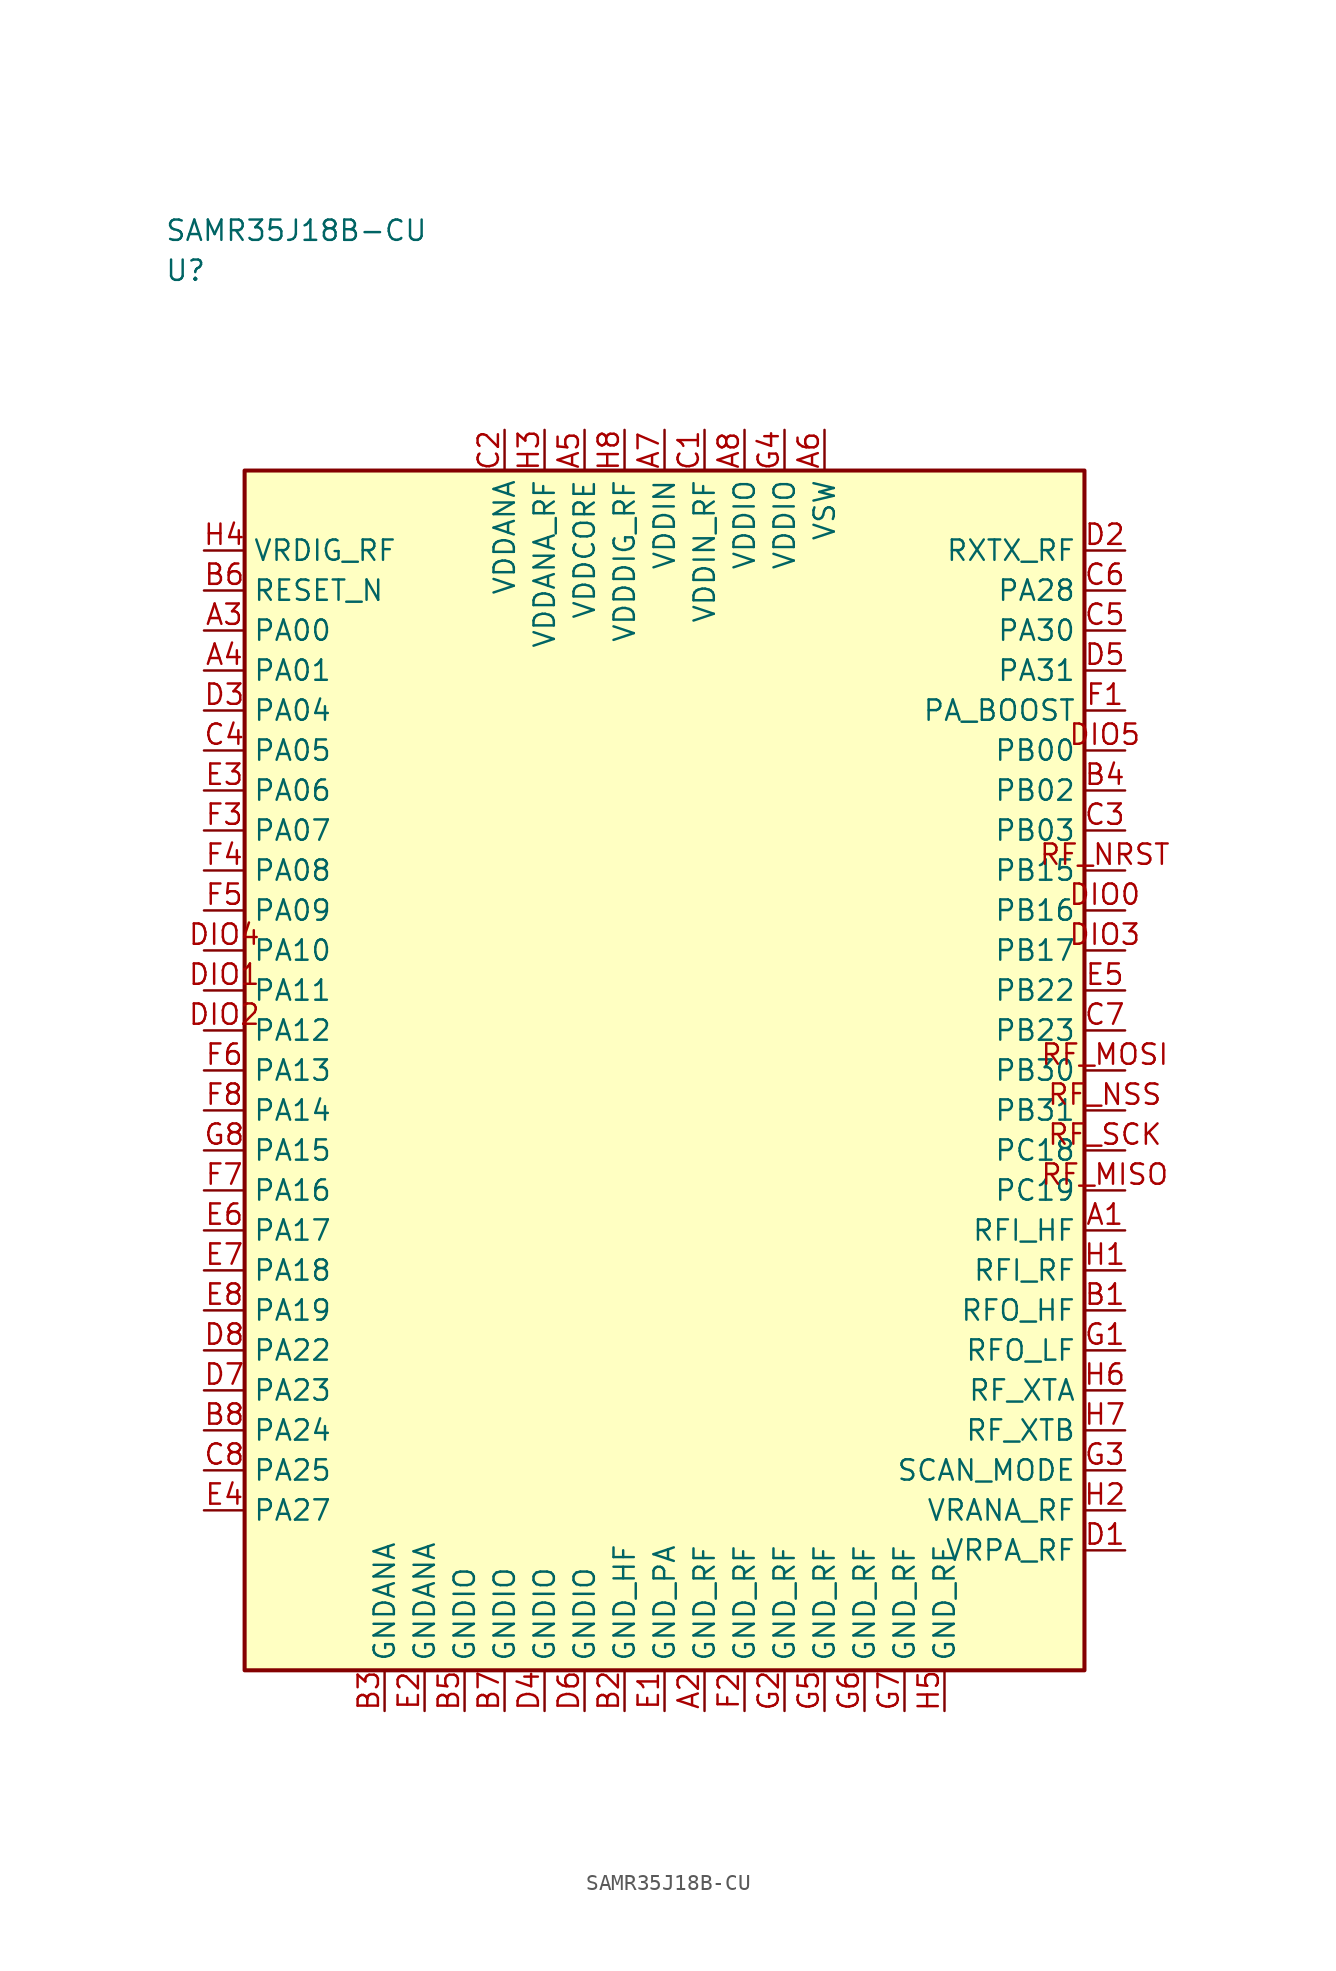
<source format=kicad_sym>
(kicad_symbol_lib
  (version 20241025)
  (generator "kicad_symbol_editor")
  (generator_version "8.0")
  (symbol "SAMR35J18B-CU"
    (property "Reference" "U"
      (at -31.25 50.0 0)
      (effects (font (size 1.27 1.27)) (justify left)))
    (property "Value" "SAMR35J18B-CU"
      (at -31.25 52.5 0)
      (effects (font (size 1.27 1.27)) (justify left)))
    (symbol "SAMR35J18B-CU_0_1"
      (rectangle (start -26.25 37.5) (end 26.25 -37.5) (stroke (width 0.254) (type default)) (fill (type background))))
    (symbol "SAMR35J18B-CU_1_1"
      (pin bidirectional line (at 28.79 10.0 180.0) (length 2.54) (name "PB16" (effects (font (size 1.27 1.27)))) (number "DIO0" (effects (font (size 1.27 1.27)))))
      (pin bidirectional line (at -28.79 5.0 0.0) (length 2.54) (name "PA11" (effects (font (size 1.27 1.27)))) (number "DIO1" (effects (font (size 1.27 1.27)))))
      (pin bidirectional line (at -28.79 2.5 0.0) (length 2.54) (name "PA12" (effects (font (size 1.27 1.27)))) (number "DIO2" (effects (font (size 1.27 1.27)))))
      (pin bidirectional line (at 28.79 7.5 180.0) (length 2.54) (name "PB17" (effects (font (size 1.27 1.27)))) (number "DIO3" (effects (font (size 1.27 1.27)))))
      (pin bidirectional line (at -28.79 7.5 0.0) (length 2.54) (name "PA10" (effects (font (size 1.27 1.27)))) (number "DIO4" (effects (font (size 1.27 1.27)))))
      (pin bidirectional line (at 28.79 20.0 180.0) (length 2.54) (name "PB00" (effects (font (size 1.27 1.27)))) (number "DIO5" (effects (font (size 1.27 1.27)))))
      (pin bidirectional line (at 28.79 -7.5 180.0) (length 2.54) (name "PC19" (effects (font (size 1.27 1.27)))) (number "RF_MISO" (effects (font (size 1.27 1.27)))))
      (pin bidirectional line (at 28.79 0.0 180.0) (length 2.54) (name "PB30" (effects (font (size 1.27 1.27)))) (number "RF_MOSI" (effects (font (size 1.27 1.27)))))
      (pin bidirectional line (at 28.79 12.5 180.0) (length 2.54) (name "PB15" (effects (font (size 1.27 1.27)))) (number "RF_NRST" (effects (font (size 1.27 1.27)))))
      (pin bidirectional line (at 28.79 -2.5 180.0) (length 2.54) (name "PB31" (effects (font (size 1.27 1.27)))) (number "RF_NSS" (effects (font (size 1.27 1.27)))))
      (pin bidirectional line (at 28.79 -5.0 180.0) (length 2.54) (name "PC18" (effects (font (size 1.27 1.27)))) (number "RF_SCK" (effects (font (size 1.27 1.27)))))
      (pin bidirectional line (at 28.79 -10.0 180.0) (length 2.54) (name "RFI_HF" (effects (font (size 1.27 1.27)))) (number "A1" (effects (font (size 1.27 1.27)))))
      (pin passive line (at 2.5 -40.04 90.0) (length 2.54) (name "GND_RF" (effects (font (size 1.27 1.27)))) (number "A2" (effects (font (size 1.27 1.27)))))
      (pin bidirectional line (at -28.79 27.5 0.0) (length 2.54) (name "PA00" (effects (font (size 1.27 1.27)))) (number "A3" (effects (font (size 1.27 1.27)))))
      (pin bidirectional line (at -28.79 25.0 0.0) (length 2.54) (name "PA01" (effects (font (size 1.27 1.27)))) (number "A4" (effects (font (size 1.27 1.27)))))
      (pin power_in line (at -5.0 40.04 270.0) (length 2.54) (name "VDDCORE" (effects (font (size 1.27 1.27)))) (number "A5" (effects (font (size 1.27 1.27)))))
      (pin power_in line (at 10.0 40.04 270.0) (length 2.54) (name "VSW" (effects (font (size 1.27 1.27)))) (number "A6" (effects (font (size 1.27 1.27)))))
      (pin power_in line (at 0.0 40.04 270.0) (length 2.54) (name "VDDIN" (effects (font (size 1.27 1.27)))) (number "A7" (effects (font (size 1.27 1.27)))))
      (pin power_in line (at 5.0 40.04 270.0) (length 2.54) (name "VDDIO" (effects (font (size 1.27 1.27)))) (number "A8" (effects (font (size 1.27 1.27)))))
      (pin bidirectional line (at 28.79 -15.0 180.0) (length 2.54) (name "RFO_HF" (effects (font (size 1.27 1.27)))) (number "B1" (effects (font (size 1.27 1.27)))))
      (pin passive line (at -2.5 -40.04 90.0) (length 2.54) (name "GND_HF" (effects (font (size 1.27 1.27)))) (number "B2" (effects (font (size 1.27 1.27)))))
      (pin passive line (at -17.5 -40.04 90.0) (length 2.54) (name "GNDANA" (effects (font (size 1.27 1.27)))) (number "B3" (effects (font (size 1.27 1.27)))))
      (pin bidirectional line (at 28.79 17.5 180.0) (length 2.54) (name "PB02" (effects (font (size 1.27 1.27)))) (number "B4" (effects (font (size 1.27 1.27)))))
      (pin passive line (at -12.5 -40.04 90.0) (length 2.54) (name "GNDIO" (effects (font (size 1.27 1.27)))) (number "B5" (effects (font (size 1.27 1.27)))))
      (pin input line (at -28.79 30.0 0.0) (length 2.54) (name "RESET_N" (effects (font (size 1.27 1.27)))) (number "B6" (effects (font (size 1.27 1.27)))))
      (pin passive line (at -10.0 -40.04 90.0) (length 2.54) (name "GNDIO" (effects (font (size 1.27 1.27)))) (number "B7" (effects (font (size 1.27 1.27)))))
      (pin bidirectional line (at -28.79 -22.5 0.0) (length 2.54) (name "PA24" (effects (font (size 1.27 1.27)))) (number "B8" (effects (font (size 1.27 1.27)))))
      (pin power_in line (at 2.5 40.04 270.0) (length 2.54) (name "VDDIN_RF" (effects (font (size 1.27 1.27)))) (number "C1" (effects (font (size 1.27 1.27)))))
      (pin power_in line (at -10.0 40.04 270.0) (length 2.54) (name "VDDANA" (effects (font (size 1.27 1.27)))) (number "C2" (effects (font (size 1.27 1.27)))))
      (pin bidirectional line (at 28.79 15.0 180.0) (length 2.54) (name "PB03" (effects (font (size 1.27 1.27)))) (number "C3" (effects (font (size 1.27 1.27)))))
      (pin bidirectional line (at -28.79 20.0 0.0) (length 2.54) (name "PA05" (effects (font (size 1.27 1.27)))) (number "C4" (effects (font (size 1.27 1.27)))))
      (pin bidirectional line (at 28.79 27.5 180.0) (length 2.54) (name "PA30" (effects (font (size 1.27 1.27)))) (number "C5" (effects (font (size 1.27 1.27)))))
      (pin bidirectional line (at 28.79 30.0 180.0) (length 2.54) (name "PA28" (effects (font (size 1.27 1.27)))) (number "C6" (effects (font (size 1.27 1.27)))))
      (pin bidirectional line (at 28.79 2.5 180.0) (length 2.54) (name "PB23" (effects (font (size 1.27 1.27)))) (number "C7" (effects (font (size 1.27 1.27)))))
      (pin bidirectional line (at -28.79 -25.0 0.0) (length 2.54) (name "PA25" (effects (font (size 1.27 1.27)))) (number "C8" (effects (font (size 1.27 1.27)))))
      (pin bidirectional line (at 28.79 -30.0 180.0) (length 2.54) (name "VRPA_RF" (effects (font (size 1.27 1.27)))) (number "D1" (effects (font (size 1.27 1.27)))))
      (pin output line (at 28.79 32.5 180.0) (length 2.54) (name "RXTX_RF" (effects (font (size 1.27 1.27)))) (number "D2" (effects (font (size 1.27 1.27)))))
      (pin bidirectional line (at -28.79 22.5 0.0) (length 2.54) (name "PA04" (effects (font (size 1.27 1.27)))) (number "D3" (effects (font (size 1.27 1.27)))))
      (pin passive line (at -7.5 -40.04 90.0) (length 2.54) (name "GNDIO" (effects (font (size 1.27 1.27)))) (number "D4" (effects (font (size 1.27 1.27)))))
      (pin bidirectional line (at 28.79 25.0 180.0) (length 2.54) (name "PA31" (effects (font (size 1.27 1.27)))) (number "D5" (effects (font (size 1.27 1.27)))))
      (pin passive line (at -5.0 -40.04 90.0) (length 2.54) (name "GNDIO" (effects (font (size 1.27 1.27)))) (number "D6" (effects (font (size 1.27 1.27)))))
      (pin bidirectional line (at -28.79 -20.0 0.0) (length 2.54) (name "PA23" (effects (font (size 1.27 1.27)))) (number "D7" (effects (font (size 1.27 1.27)))))
      (pin bidirectional line (at -28.79 -17.5 0.0) (length 2.54) (name "PA22" (effects (font (size 1.27 1.27)))) (number "D8" (effects (font (size 1.27 1.27)))))
      (pin passive line (at 0.0 -40.04 90.0) (length 2.54) (name "GND_PA" (effects (font (size 1.27 1.27)))) (number "E1" (effects (font (size 1.27 1.27)))))
      (pin passive line (at -15.0 -40.04 90.0) (length 2.54) (name "GNDANA" (effects (font (size 1.27 1.27)))) (number "E2" (effects (font (size 1.27 1.27)))))
      (pin bidirectional line (at -28.79 17.5 0.0) (length 2.54) (name "PA06" (effects (font (size 1.27 1.27)))) (number "E3" (effects (font (size 1.27 1.27)))))
      (pin bidirectional line (at -28.79 -27.5 0.0) (length 2.54) (name "PA27" (effects (font (size 1.27 1.27)))) (number "E4" (effects (font (size 1.27 1.27)))))
      (pin bidirectional line (at 28.79 5.0 180.0) (length 2.54) (name "PB22" (effects (font (size 1.27 1.27)))) (number "E5" (effects (font (size 1.27 1.27)))))
      (pin bidirectional line (at -28.79 -10.0 0.0) (length 2.54) (name "PA17" (effects (font (size 1.27 1.27)))) (number "E6" (effects (font (size 1.27 1.27)))))
      (pin bidirectional line (at -28.79 -12.5 0.0) (length 2.54) (name "PA18" (effects (font (size 1.27 1.27)))) (number "E7" (effects (font (size 1.27 1.27)))))
      (pin bidirectional line (at -28.79 -15.0 0.0) (length 2.54) (name "PA19" (effects (font (size 1.27 1.27)))) (number "E8" (effects (font (size 1.27 1.27)))))
      (pin bidirectional line (at 28.79 22.5 180.0) (length 2.54) (name "PA_BOOST" (effects (font (size 1.27 1.27)))) (number "F1" (effects (font (size 1.27 1.27)))))
      (pin passive line (at 5.0 -40.04 90.0) (length 2.54) (name "GND_RF" (effects (font (size 1.27 1.27)))) (number "F2" (effects (font (size 1.27 1.27)))))
      (pin bidirectional line (at -28.79 15.0 0.0) (length 2.54) (name "PA07" (effects (font (size 1.27 1.27)))) (number "F3" (effects (font (size 1.27 1.27)))))
      (pin bidirectional line (at -28.79 12.5 0.0) (length 2.54) (name "PA08" (effects (font (size 1.27 1.27)))) (number "F4" (effects (font (size 1.27 1.27)))))
      (pin bidirectional line (at -28.79 10.0 0.0) (length 2.54) (name "PA09" (effects (font (size 1.27 1.27)))) (number "F5" (effects (font (size 1.27 1.27)))))
      (pin bidirectional line (at -28.79 0.0 0.0) (length 2.54) (name "PA13" (effects (font (size 1.27 1.27)))) (number "F6" (effects (font (size 1.27 1.27)))))
      (pin bidirectional line (at -28.79 -7.5 0.0) (length 2.54) (name "PA16" (effects (font (size 1.27 1.27)))) (number "F7" (effects (font (size 1.27 1.27)))))
      (pin bidirectional line (at -28.79 -2.5 0.0) (length 2.54) (name "PA14" (effects (font (size 1.27 1.27)))) (number "F8" (effects (font (size 1.27 1.27)))))
      (pin bidirectional line (at 28.79 -17.5 180.0) (length 2.54) (name "RFO_LF" (effects (font (size 1.27 1.27)))) (number "G1" (effects (font (size 1.27 1.27)))))
      (pin passive line (at 7.5 -40.04 90.0) (length 2.54) (name "GND_RF" (effects (font (size 1.27 1.27)))) (number "G2" (effects (font (size 1.27 1.27)))))
      (pin bidirectional line (at 28.79 -25.0 180.0) (length 2.54) (name "SCAN_MODE" (effects (font (size 1.27 1.27)))) (number "G3" (effects (font (size 1.27 1.27)))))
      (pin power_in line (at 7.5 40.04 270.0) (length 2.54) (name "VDDIO" (effects (font (size 1.27 1.27)))) (number "G4" (effects (font (size 1.27 1.27)))))
      (pin passive line (at 10.0 -40.04 90.0) (length 2.54) (name "GND_RF" (effects (font (size 1.27 1.27)))) (number "G5" (effects (font (size 1.27 1.27)))))
      (pin passive line (at 12.5 -40.04 90.0) (length 2.54) (name "GND_RF" (effects (font (size 1.27 1.27)))) (number "G6" (effects (font (size 1.27 1.27)))))
      (pin passive line (at 15.0 -40.04 90.0) (length 2.54) (name "GND_RF" (effects (font (size 1.27 1.27)))) (number "G7" (effects (font (size 1.27 1.27)))))
      (pin bidirectional line (at -28.79 -5.0 0.0) (length 2.54) (name "PA15" (effects (font (size 1.27 1.27)))) (number "G8" (effects (font (size 1.27 1.27)))))
      (pin bidirectional line (at 28.79 -12.5 180.0) (length 2.54) (name "RFI_RF" (effects (font (size 1.27 1.27)))) (number "H1" (effects (font (size 1.27 1.27)))))
      (pin bidirectional line (at 28.79 -27.5 180.0) (length 2.54) (name "VRANA_RF" (effects (font (size 1.27 1.27)))) (number "H2" (effects (font (size 1.27 1.27)))))
      (pin power_in line (at -7.5 40.04 270.0) (length 2.54) (name "VDDANA_RF" (effects (font (size 1.27 1.27)))) (number "H3" (effects (font (size 1.27 1.27)))))
      (pin input line (at -28.79 32.5 0.0) (length 2.54) (name "VRDIG_RF" (effects (font (size 1.27 1.27)))) (number "H4" (effects (font (size 1.27 1.27)))))
      (pin passive line (at 17.5 -40.04 90.0) (length 2.54) (name "GND_RF" (effects (font (size 1.27 1.27)))) (number "H5" (effects (font (size 1.27 1.27)))))
      (pin bidirectional line (at 28.79 -20.0 180.0) (length 2.54) (name "RF_XTA" (effects (font (size 1.27 1.27)))) (number "H6" (effects (font (size 1.27 1.27)))))
      (pin bidirectional line (at 28.79 -22.5 180.0) (length 2.54) (name "RF_XTB" (effects (font (size 1.27 1.27)))) (number "H7" (effects (font (size 1.27 1.27)))))
      (pin power_in line (at -2.5 40.04 270.0) (length 2.54) (name "VDDDIG_RF" (effects (font (size 1.27 1.27)))) (number "H8" (effects (font (size 1.27 1.27))))))))
</source>
